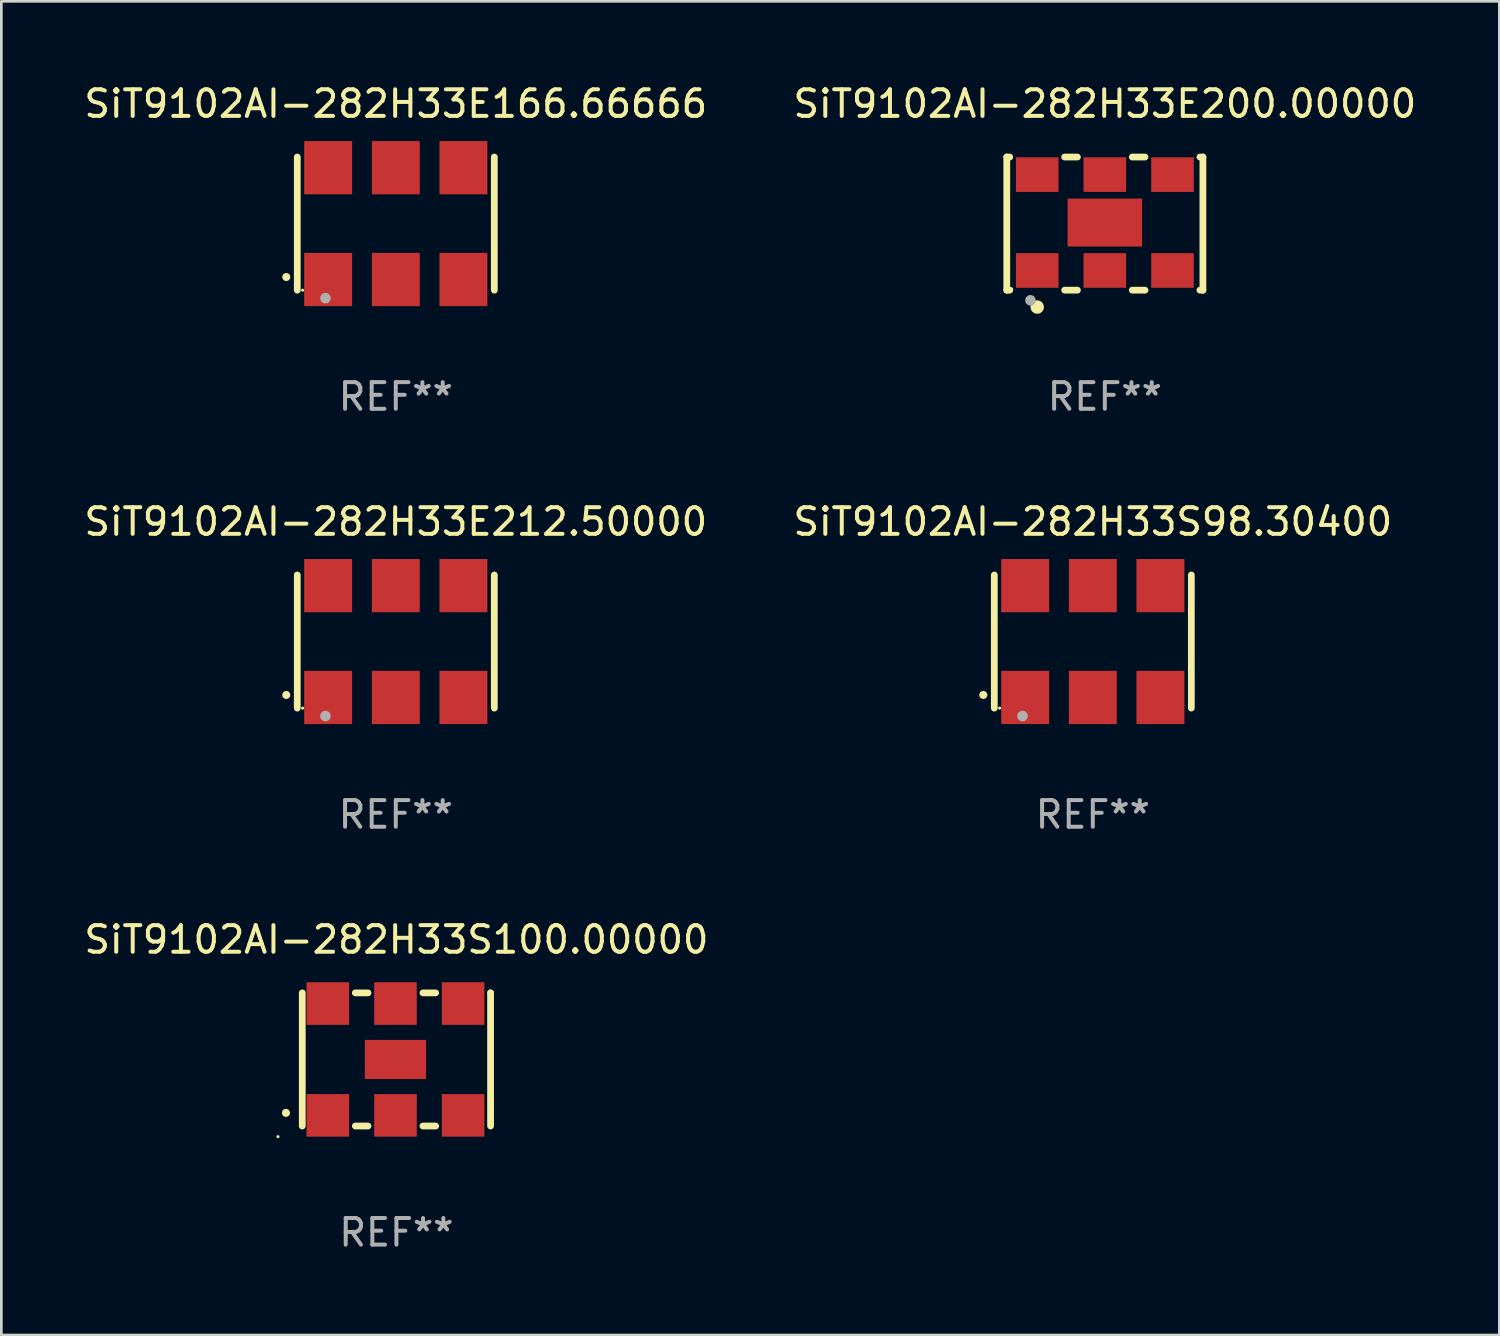
<source format=kicad_pcb>
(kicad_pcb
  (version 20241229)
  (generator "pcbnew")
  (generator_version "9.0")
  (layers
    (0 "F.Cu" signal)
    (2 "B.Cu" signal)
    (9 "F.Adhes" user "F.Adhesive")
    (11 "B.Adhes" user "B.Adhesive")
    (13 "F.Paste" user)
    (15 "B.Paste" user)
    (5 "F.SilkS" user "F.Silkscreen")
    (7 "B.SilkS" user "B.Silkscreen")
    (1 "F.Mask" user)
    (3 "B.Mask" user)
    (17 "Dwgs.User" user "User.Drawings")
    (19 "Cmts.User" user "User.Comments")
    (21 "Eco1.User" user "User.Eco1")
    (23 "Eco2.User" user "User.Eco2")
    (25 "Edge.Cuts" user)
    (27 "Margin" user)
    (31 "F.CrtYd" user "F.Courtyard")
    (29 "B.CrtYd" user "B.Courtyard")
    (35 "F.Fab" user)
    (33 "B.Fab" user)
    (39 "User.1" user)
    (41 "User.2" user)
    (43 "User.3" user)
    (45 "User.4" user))
  (footprint "SiT9102AI-282H33E166.66666"
    (layer "F.Cu")
    (at 11.815 5.348)
    (property "Reference" "SiT9102AI-282H33E166.66666" (at 0 -4.5 0) (layer "F.SilkS") (effects (font (size 1 1) (thickness 0.15))))
    (attr through_hole)
    (fp_line (start -3.7 -2.5) (end -3.7 2.5) (stroke (width 0.254) (type solid)) (layer "F.SilkS"))
    (fp_line (start 3.7 -2.5) (end 3.7 2.5) (stroke (width 0.254) (type solid)) (layer "F.SilkS"))
    (fp_arc (start -4.114415 2.006604) (mid -4.113145 2.006599) (end -4.111875 2.006604) (stroke (width 0.3) (type solid)) (layer "F.SilkS"))
    (fp_circle (center -3.5 2.501) (end -3.47 2.501) (stroke (width 0.06) (type solid)) (fill no) (layer "F.SilkS"))
    (fp_circle (center -2.641 2.799) (end -2.541 2.799) (stroke (width 0.2) (type solid)) (fill no) (layer "F.Fab"))
    (fp_text user "REF**" (at 0 6.5 0) (layer "F.Fab") (effects (font (size 1 1) (thickness 0.15))))
    (pad "1" smd rect (at -2.54 2.1) (size 1.8 2) (layers "F.Cu" "F.Mask" "F.Paste"))
    (pad "2" smd rect (at 0.000394 2.1) (size 1.8 2) (layers "F.Cu" "F.Mask" "F.Paste"))
    (pad "3" smd rect (at 2.54 2.1) (size 1.8 2) (layers "F.Cu" "F.Mask" "F.Paste"))
    (pad "4" smd rect (at 2.54 -2.1) (size 1.8 2) (layers "F.Cu" "F.Mask" "F.Paste"))
    (pad "5" smd rect (at 0.000394 -2.1) (size 1.8 2) (layers "F.Cu" "F.Mask" "F.Paste"))
    (pad "6" smd rect (at -2.54 -2.1) (size 1.8 2) (layers "F.Cu" "F.Mask" "F.Paste")))
  (footprint "SiT9102AI-282H33S98.30400"
    (layer "F.Cu")
    (at 37.994 21.045)
    (property "Reference" "SiT9102AI-282H33S98.30400" (at 0 -4.5 0) (layer "F.SilkS") (effects (font (size 1 1) (thickness 0.15))))
    (attr through_hole)
    (fp_line (start -3.7 -2.5) (end -3.7 2.5) (stroke (width 0.254) (type solid)) (layer "F.SilkS"))
    (fp_line (start 3.7 -2.5) (end 3.7 2.5) (stroke (width 0.254) (type solid)) (layer "F.SilkS"))
    (fp_arc (start -4.114415 2.006604) (mid -4.113145 2.006599) (end -4.111875 2.006604) (stroke (width 0.3) (type solid)) (layer "F.SilkS"))
    (fp_circle (center -3.5 2.501) (end -3.47 2.501) (stroke (width 0.06) (type solid)) (fill no) (layer "F.SilkS"))
    (fp_circle (center -2.641 2.799) (end -2.541 2.799) (stroke (width 0.2) (type solid)) (fill no) (layer "F.Fab"))
    (fp_text user "REF**" (at 0 6.5 0) (layer "F.Fab") (effects (font (size 1 1) (thickness 0.15))))
    (pad "1" smd rect (at -2.54 2.1) (size 1.8 2) (layers "F.Cu" "F.Mask" "F.Paste"))
    (pad "2" smd rect (at 0.000394 2.1) (size 1.8 2) (layers "F.Cu" "F.Mask" "F.Paste"))
    (pad "3" smd rect (at 2.54 2.1) (size 1.8 2) (layers "F.Cu" "F.Mask" "F.Paste"))
    (pad "4" smd rect (at 2.54 -2.1) (size 1.8 2) (layers "F.Cu" "F.Mask" "F.Paste"))
    (pad "5" smd rect (at 0.000394 -2.1) (size 1.8 2) (layers "F.Cu" "F.Mask" "F.Paste"))
    (pad "6" smd rect (at -2.54 -2.1) (size 1.8 2) (layers "F.Cu" "F.Mask" "F.Paste")))
  (footprint "SiT9102AI-282H33S100.00000"
    (layer "F.Cu")
    (at 11.839 36.741)
    (property "Reference" "SiT9102AI-282H33S100.00000" (at 0 -4.5 0) (layer "F.SilkS") (effects (font (size 1 1) (thickness 0.15))))
    (attr through_hole)
    (fp_line (start -3.536 -2.5) (end -3.536 2.5) (stroke (width 0.254) (type solid)) (layer "F.SilkS"))
    (fp_line (start -1.544 2.5) (end -1.067 2.5) (stroke (width 0.254) (type solid)) (layer "F.SilkS"))
    (fp_line (start -1.067 -2.5) (end -1.544 -2.5) (stroke (width 0.254) (type solid)) (layer "F.SilkS"))
    (fp_line (start 0.996 2.5) (end 1.473 2.5) (stroke (width 0.254) (type solid)) (layer "F.SilkS"))
    (fp_line (start 1.473 -2.5) (end 0.996 -2.5) (stroke (width 0.254) (type solid)) (layer "F.SilkS"))
    (fp_line (start 3.536 -2.5) (end 3.536 -2.5) (stroke (width 0.254) (type solid)) (layer "F.SilkS"))
    (fp_line (start 3.536 2.5) (end 3.536 -2.5) (stroke (width 0.254) (type solid)) (layer "F.SilkS"))
    (fp_arc (start -4.150432 2.006604) (mid -4.149162 2.006599) (end -4.147892 2.006604) (stroke (width 0.3) (type solid)) (layer "F.SilkS"))
    (fp_circle (center -4.449 2.9) (end -4.419 2.9) (stroke (width 0.06) (type solid)) (fill no) (layer "F.SilkS"))
    (fp_text user "REF**" (at 0 6.5 0) (layer "F.Fab") (effects (font (size 1 1) (thickness 0.15))))
    (pad "1" smd rect (at -2.576 2.1) (size 1.6 1.6) (layers "F.Cu" "F.Mask" "F.Paste"))
    (pad "2" smd rect (at -0.036 2.1) (size 1.6 1.6) (layers "F.Cu" "F.Mask" "F.Paste"))
    (pad "3" smd rect (at 2.504 2.1) (size 1.6 1.6) (layers "F.Cu" "F.Mask" "F.Paste"))
    (pad "4" smd rect (at 2.504 -2.1) (size 1.6 1.6) (layers "F.Cu" "F.Mask" "F.Paste"))
    (pad "5" smd rect (at -0.036 -2.1) (size 1.6 1.6) (layers "F.Cu" "F.Mask" "F.Paste"))
    (pad "6" smd rect (at -2.576 -2.1) (size 1.6 1.6) (layers "F.Cu" "F.Mask" "F.Paste"))
    (pad "7" smd rect (at -0.036 0) (size 2.3 1.47) (layers "F.Cu" "F.Mask" "F.Paste")))
  (footprint "SiT9102AI-282H33E212.50000"
    (layer "F.Cu")
    (at 11.815 21.045)
    (property "Reference" "SiT9102AI-282H33E212.50000" (at 0 -4.5 0) (layer "F.SilkS") (effects (font (size 1 1) (thickness 0.15))))
    (attr through_hole)
    (fp_line (start -3.7 -2.5) (end -3.7 2.5) (stroke (width 0.254) (type solid)) (layer "F.SilkS"))
    (fp_line (start 3.7 -2.5) (end 3.7 2.5) (stroke (width 0.254) (type solid)) (layer "F.SilkS"))
    (fp_arc (start -4.114415 2.006604) (mid -4.113145 2.006599) (end -4.111875 2.006604) (stroke (width 0.3) (type solid)) (layer "F.SilkS"))
    (fp_circle (center -3.5 2.501) (end -3.47 2.501) (stroke (width 0.06) (type solid)) (fill no) (layer "F.SilkS"))
    (fp_circle (center -2.641 2.799) (end -2.541 2.799) (stroke (width 0.2) (type solid)) (fill no) (layer "F.Fab"))
    (fp_text user "REF**" (at 0 6.5 0) (layer "F.Fab") (effects (font (size 1 1) (thickness 0.15))))
    (pad "1" smd rect (at -2.54 2.1) (size 1.8 2) (layers "F.Cu" "F.Mask" "F.Paste"))
    (pad "2" smd rect (at 0.000394 2.1) (size 1.8 2) (layers "F.Cu" "F.Mask" "F.Paste"))
    (pad "3" smd rect (at 2.54 2.1) (size 1.8 2) (layers "F.Cu" "F.Mask" "F.Paste"))
    (pad "4" smd rect (at 2.54 -2.1) (size 1.8 2) (layers "F.Cu" "F.Mask" "F.Paste"))
    (pad "5" smd rect (at 0.000394 -2.1) (size 1.8 2) (layers "F.Cu" "F.Mask" "F.Paste"))
    (pad "6" smd rect (at -2.54 -2.1) (size 1.8 2) (layers "F.Cu" "F.Mask" "F.Paste")))
  (footprint "SiT9102AI-282H33E200.00000"
    (layer "F.Cu")
    (at 38.446 5.348)
    (property "Reference" "SiT9102AI-282H33E200.00000" (at 0 -4.5 0) (layer "F.SilkS") (effects (font (size 1 1) (thickness 0.15))))
    (attr through_hole)
    (fp_line (start -3.683 -2.5) (end -3.571 -2.5) (stroke (width 0.254) (type solid)) (layer "F.SilkS"))
    (fp_line (start -3.683 2.5) (end -3.683 -2.5) (stroke (width 0.254) (type solid)) (layer "F.SilkS"))
    (fp_line (start -3.683 2.5) (end -3.571 2.5) (stroke (width 0.254) (type solid)) (layer "F.SilkS"))
    (fp_line (start -1.509 -2.5) (end -1.031 -2.5) (stroke (width 0.254) (type solid)) (layer "F.SilkS"))
    (fp_line (start -1.509 2.5) (end -1.031 2.5) (stroke (width 0.254) (type solid)) (layer "F.SilkS"))
    (fp_line (start 1.031 -2.5) (end 1.509 -2.5) (stroke (width 0.254) (type solid)) (layer "F.SilkS"))
    (fp_line (start 1.031 2.5) (end 1.509 2.5) (stroke (width 0.254) (type solid)) (layer "F.SilkS"))
    (fp_line (start 3.571 -2.5) (end 3.683 -2.5) (stroke (width 0.254) (type solid)) (layer "F.SilkS"))
    (fp_line (start 3.571 2.5) (end 3.683 2.5) (stroke (width 0.254) (type solid)) (layer "F.SilkS"))
    (fp_line (start 3.683 2.5) (end 3.683 -2.5) (stroke (width 0.254) (type solid)) (layer "F.SilkS"))
    (fp_circle (center -3.5 2.46) (end -3.47 2.46) (stroke (width 0.06) (type solid)) (fill no) (layer "F.SilkS"))
    (fp_circle (center -2.54 3.135) (end -2.413 3.135) (stroke (width 0.254) (type solid)) (fill no) (layer "F.SilkS"))
    (fp_circle (center -2.794 2.881) (end -2.694 2.881) (stroke (width 0.2) (type solid)) (fill no) (layer "F.Fab"))
    (fp_text user "REF**" (at 0 6.5 0) (layer "F.Fab") (effects (font (size 1 1) (thickness 0.15))))
    (pad "1" smd rect (at -2.54 1.76) (size 1.6 1.3) (layers "F.Cu" "F.Mask" "F.Paste"))
    (pad "2" smd rect (at 0 1.76) (size 1.6 1.3) (layers "F.Cu" "F.Mask" "F.Paste"))
    (pad "3" smd rect (at 2.54 1.76) (size 1.6 1.3) (layers "F.Cu" "F.Mask" "F.Paste"))
    (pad "4" smd rect (at 2.54 -1.84) (size 1.6 1.3) (layers "F.Cu" "F.Mask" "F.Paste"))
    (pad "5" smd rect (at 0 -1.84) (size 1.6 1.3) (layers "F.Cu" "F.Mask" "F.Paste"))
    (pad "6" smd rect (at -2.54 -1.84) (size 1.6 1.3) (layers "F.Cu" "F.Mask" "F.Paste"))
    (pad "7" smd rect (at 0 -0.04) (size 2.8 1.8) (layers "F.Cu" "F.Mask" "F.Paste")))
  (gr_rect
    (start -3 -3)
    (end 53.262 47.09)
    (stroke (width 0.1) (type default))
    (fill no)
    (layer "Edge.Cuts")))
</source>
